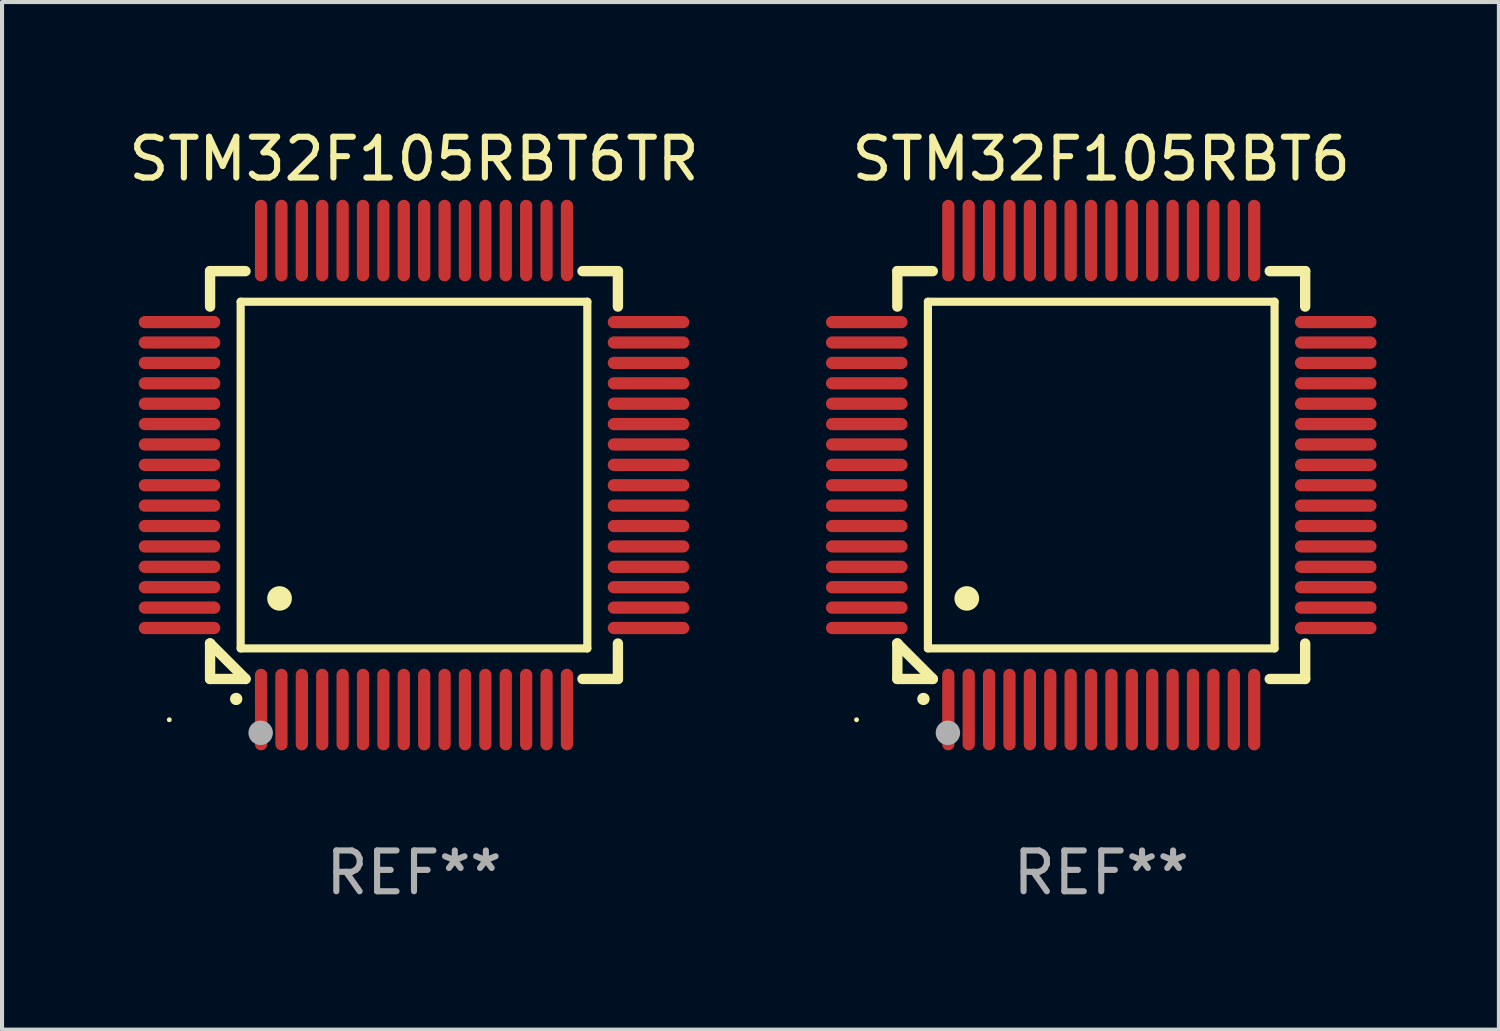
<source format=kicad_pcb>
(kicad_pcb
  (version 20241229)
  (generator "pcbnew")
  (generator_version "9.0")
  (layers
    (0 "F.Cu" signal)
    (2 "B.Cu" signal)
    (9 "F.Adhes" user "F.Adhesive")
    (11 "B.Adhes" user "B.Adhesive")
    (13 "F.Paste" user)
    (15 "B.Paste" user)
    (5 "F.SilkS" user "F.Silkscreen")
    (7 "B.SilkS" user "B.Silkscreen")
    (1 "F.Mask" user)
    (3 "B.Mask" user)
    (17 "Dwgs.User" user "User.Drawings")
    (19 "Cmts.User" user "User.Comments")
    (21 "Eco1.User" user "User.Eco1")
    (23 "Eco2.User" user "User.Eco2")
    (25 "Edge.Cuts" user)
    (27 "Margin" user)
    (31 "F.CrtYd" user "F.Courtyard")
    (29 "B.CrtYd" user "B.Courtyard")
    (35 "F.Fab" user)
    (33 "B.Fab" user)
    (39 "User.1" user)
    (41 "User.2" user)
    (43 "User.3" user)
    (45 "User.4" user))
  (footprint "STM32F105RBT6"
    (layer "F.Cu")
    (at 23.952 8.598)
    (property "Reference" "STM32F105RBT6" (at 0 -7.75 0) (layer "F.SilkS") (effects (font (size 1 1) (thickness 0.15))))
    (attr through_hole)
    (fp_line (start -5 -5) (end -4.131 -5) (stroke (width 0.254) (type solid)) (layer "F.SilkS"))
    (fp_line (start -5 -4.131) (end -5 -5) (stroke (width 0.254) (type solid)) (layer "F.SilkS"))
    (fp_line (start -5 4.131) (end -5 4.131) (stroke (width 0.254) (type solid)) (layer "F.SilkS"))
    (fp_line (start -5 5) (end -5 4.131) (stroke (width 0.254) (type solid)) (layer "F.SilkS"))
    (fp_line (start -5 4.131) (end -4.131 5) (stroke (width 0.254) (type solid)) (layer "F.SilkS"))
    (fp_line (start -4.25 -4.25) (end -4.25 4.25) (stroke (width 0.2) (type solid)) (layer "F.SilkS"))
    (fp_line (start -4.25 4.25) (end 4.25 4.25) (stroke (width 0.2) (type solid)) (layer "F.SilkS"))
    (fp_line (start -4.131 5) (end -5 5) (stroke (width 0.254) (type solid)) (layer "F.SilkS"))
    (fp_line (start 4.25 -4.25) (end -4.25 -4.25) (stroke (width 0.2) (type solid)) (layer "F.SilkS"))
    (fp_line (start 4.25 4.25) (end 4.25 -4.25) (stroke (width 0.2) (type solid)) (layer "F.SilkS"))
    (fp_line (start 5 -5) (end 4.131 -5) (stroke (width 0.254) (type solid)) (layer "F.SilkS"))
    (fp_line (start 5 -5) (end 5 -4.131) (stroke (width 0.254) (type solid)) (layer "F.SilkS"))
    (fp_line (start 5 4.131) (end 5 5) (stroke (width 0.254) (type solid)) (layer "F.SilkS"))
    (fp_line (start 5 5) (end 4.131 5) (stroke (width 0.254) (type solid)) (layer "F.SilkS"))
    (fp_arc (start -4.361265 5.489992) (mid -4.359995 5.489987) (end -4.358725 5.489992) (stroke (width 0.3) (type solid)) (layer "F.SilkS"))
    (fp_arc (start -3.299467 3.025146) (mid -3.296927 3.025135) (end -3.294387 3.025146) (stroke (width 0.6) (type solid)) (layer "F.SilkS"))
    (fp_circle (center -6 6) (end -5.97 6) (stroke (width 0.06) (type solid)) (fill no) (layer "F.SilkS"))
    (fp_circle (center -3.76 6.32) (end -3.61 6.32) (stroke (width 0.3) (type solid)) (fill no) (layer "F.Fab"))
    (fp_text user "REF**" (at 0 9.75 0) (layer "F.Fab") (effects (font (size 1 1) (thickness 0.15))))
    (pad "1" smd oval (at -3.75 5.75) (size 0.3 2) (layers "F.Cu" "F.Mask" "F.Paste"))
    (pad "2" smd oval (at -3.25 5.75) (size 0.3 2) (layers "F.Cu" "F.Mask" "F.Paste"))
    (pad "3" smd oval (at -2.75 5.75) (size 0.3 2) (layers "F.Cu" "F.Mask" "F.Paste"))
    (pad "4" smd oval (at -2.25 5.75) (size 0.3 2) (layers "F.Cu" "F.Mask" "F.Paste"))
    (pad "5" smd oval (at -1.75 5.75) (size 0.3 2) (layers "F.Cu" "F.Mask" "F.Paste"))
    (pad "6" smd oval (at -1.25 5.75) (size 0.3 2) (layers "F.Cu" "F.Mask" "F.Paste"))
    (pad "7" smd oval (at -0.75 5.75) (size 0.3 2) (layers "F.Cu" "F.Mask" "F.Paste"))
    (pad "8" smd oval (at -0.25 5.75) (size 0.3 2) (layers "F.Cu" "F.Mask" "F.Paste"))
    (pad "9" smd oval (at 0.25 5.75) (size 0.3 2) (layers "F.Cu" "F.Mask" "F.Paste"))
    (pad "10" smd oval (at 0.75 5.75) (size 0.3 2) (layers "F.Cu" "F.Mask" "F.Paste"))
    (pad "11" smd oval (at 1.25 5.75) (size 0.3 2) (layers "F.Cu" "F.Mask" "F.Paste"))
    (pad "12" smd oval (at 1.75 5.75) (size 0.3 2) (layers "F.Cu" "F.Mask" "F.Paste"))
    (pad "13" smd oval (at 2.25 5.75) (size 0.3 2) (layers "F.Cu" "F.Mask" "F.Paste"))
    (pad "14" smd oval (at 2.75 5.75) (size 0.3 2) (layers "F.Cu" "F.Mask" "F.Paste"))
    (pad "15" smd oval (at 3.25 5.75) (size 0.3 2) (layers "F.Cu" "F.Mask" "F.Paste"))
    (pad "16" smd oval (at 3.75 5.75) (size 0.3 2) (layers "F.Cu" "F.Mask" "F.Paste"))
    (pad "17" smd oval (at 5.75 3.75) (size 2 0.3) (layers "F.Cu" "F.Mask" "F.Paste"))
    (pad "18" smd oval (at 5.75 3.25) (size 2 0.3) (layers "F.Cu" "F.Mask" "F.Paste"))
    (pad "19" smd oval (at 5.75 2.75) (size 2 0.3) (layers "F.Cu" "F.Mask" "F.Paste"))
    (pad "20" smd oval (at 5.75 2.25) (size 2 0.3) (layers "F.Cu" "F.Mask" "F.Paste"))
    (pad "21" smd oval (at 5.75 1.75) (size 2 0.3) (layers "F.Cu" "F.Mask" "F.Paste"))
    (pad "22" smd oval (at 5.75 1.25) (size 2 0.3) (layers "F.Cu" "F.Mask" "F.Paste"))
    (pad "23" smd oval (at 5.75 0.75) (size 2 0.3) (layers "F.Cu" "F.Mask" "F.Paste"))
    (pad "24" smd oval (at 5.75 0.25) (size 2 0.3) (layers "F.Cu" "F.Mask" "F.Paste"))
    (pad "25" smd oval (at 5.75 -0.25) (size 2 0.3) (layers "F.Cu" "F.Mask" "F.Paste"))
    (pad "26" smd oval (at 5.75 -0.75) (size 2 0.3) (layers "F.Cu" "F.Mask" "F.Paste"))
    (pad "27" smd oval (at 5.75 -1.25) (size 2 0.3) (layers "F.Cu" "F.Mask" "F.Paste"))
    (pad "28" smd oval (at 5.75 -1.75) (size 2 0.3) (layers "F.Cu" "F.Mask" "F.Paste"))
    (pad "29" smd oval (at 5.75 -2.25) (size 2 0.3) (layers "F.Cu" "F.Mask" "F.Paste"))
    (pad "30" smd oval (at 5.75 -2.75) (size 2 0.3) (layers "F.Cu" "F.Mask" "F.Paste"))
    (pad "31" smd oval (at 5.75 -3.25) (size 2 0.3) (layers "F.Cu" "F.Mask" "F.Paste"))
    (pad "32" smd oval (at 5.75 -3.75) (size 2 0.3) (layers "F.Cu" "F.Mask" "F.Paste"))
    (pad "33" smd oval (at 3.75 -5.75) (size 0.3 2) (layers "F.Cu" "F.Mask" "F.Paste"))
    (pad "34" smd oval (at 3.25 -5.75) (size 0.3 2) (layers "F.Cu" "F.Mask" "F.Paste"))
    (pad "35" smd oval (at 2.75 -5.75) (size 0.3 2) (layers "F.Cu" "F.Mask" "F.Paste"))
    (pad "36" smd oval (at 2.25 -5.75) (size 0.3 2) (layers "F.Cu" "F.Mask" "F.Paste"))
    (pad "37" smd oval (at 1.75 -5.75) (size 0.3 2) (layers "F.Cu" "F.Mask" "F.Paste"))
    (pad "38" smd oval (at 1.25 -5.75) (size 0.3 2) (layers "F.Cu" "F.Mask" "F.Paste"))
    (pad "39" smd oval (at 0.75 -5.75) (size 0.3 2) (layers "F.Cu" "F.Mask" "F.Paste"))
    (pad "40" smd oval (at 0.25 -5.75) (size 0.3 2) (layers "F.Cu" "F.Mask" "F.Paste"))
    (pad "41" smd oval (at -0.25 -5.75) (size 0.3 2) (layers "F.Cu" "F.Mask" "F.Paste"))
    (pad "42" smd oval (at -0.75 -5.75) (size 0.3 2) (layers "F.Cu" "F.Mask" "F.Paste"))
    (pad "43" smd oval (at -1.25 -5.75) (size 0.3 2) (layers "F.Cu" "F.Mask" "F.Paste"))
    (pad "44" smd oval (at -1.75 -5.75) (size 0.3 2) (layers "F.Cu" "F.Mask" "F.Paste"))
    (pad "45" smd oval (at -2.25 -5.75) (size 0.3 2) (layers "F.Cu" "F.Mask" "F.Paste"))
    (pad "46" smd oval (at -2.75 -5.75) (size 0.3 2) (layers "F.Cu" "F.Mask" "F.Paste"))
    (pad "47" smd oval (at -3.25 -5.75) (size 0.3 2) (layers "F.Cu" "F.Mask" "F.Paste"))
    (pad "48" smd oval (at -3.75 -5.75) (size 0.3 2) (layers "F.Cu" "F.Mask" "F.Paste"))
    (pad "49" smd oval (at -5.75 -3.75) (size 2 0.3) (layers "F.Cu" "F.Mask" "F.Paste"))
    (pad "50" smd oval (at -5.75 -3.25) (size 2 0.3) (layers "F.Cu" "F.Mask" "F.Paste"))
    (pad "51" smd oval (at -5.75 -2.75) (size 2 0.3) (layers "F.Cu" "F.Mask" "F.Paste"))
    (pad "52" smd oval (at -5.75 -2.25) (size 2 0.3) (layers "F.Cu" "F.Mask" "F.Paste"))
    (pad "53" smd oval (at -5.75 -1.75) (size 2 0.3) (layers "F.Cu" "F.Mask" "F.Paste"))
    (pad "54" smd oval (at -5.75 -1.25) (size 2 0.3) (layers "F.Cu" "F.Mask" "F.Paste"))
    (pad "55" smd oval (at -5.75 -0.75) (size 2 0.3) (layers "F.Cu" "F.Mask" "F.Paste"))
    (pad "56" smd oval (at -5.75 -0.25) (size 2 0.3) (layers "F.Cu" "F.Mask" "F.Paste"))
    (pad "57" smd oval (at -5.75 0.25) (size 2 0.3) (layers "F.Cu" "F.Mask" "F.Paste"))
    (pad "58" smd oval (at -5.75 0.75) (size 2 0.3) (layers "F.Cu" "F.Mask" "F.Paste"))
    (pad "59" smd oval (at -5.75 1.25) (size 2 0.3) (layers "F.Cu" "F.Mask" "F.Paste"))
    (pad "60" smd oval (at -5.75 1.75) (size 2 0.3) (layers "F.Cu" "F.Mask" "F.Paste"))
    (pad "61" smd oval (at -5.75 2.25) (size 2 0.3) (layers "F.Cu" "F.Mask" "F.Paste"))
    (pad "62" smd oval (at -5.75 2.75) (size 2 0.3) (layers "F.Cu" "F.Mask" "F.Paste"))
    (pad "63" smd oval (at -5.75 3.25) (size 2 0.3) (layers "F.Cu" "F.Mask" "F.Paste"))
    (pad "64" smd oval (at -5.75 3.75) (size 2 0.3) (layers "F.Cu" "F.Mask" "F.Paste")))
  (footprint "STM32F105RBT6TR"
    (layer "F.Cu")
    (at 7.101 8.598)
    (property "Reference" "STM32F105RBT6TR" (at 0 -7.75 0) (layer "F.SilkS") (effects (font (size 1 1) (thickness 0.15))))
    (attr through_hole)
    (fp_line (start -5 -5) (end -4.131 -5) (stroke (width 0.254) (type solid)) (layer "F.SilkS"))
    (fp_line (start -5 -4.131) (end -5 -5) (stroke (width 0.254) (type solid)) (layer "F.SilkS"))
    (fp_line (start -5 4.131) (end -5 4.131) (stroke (width 0.254) (type solid)) (layer "F.SilkS"))
    (fp_line (start -5 5) (end -5 4.131) (stroke (width 0.254) (type solid)) (layer "F.SilkS"))
    (fp_line (start -5 4.131) (end -4.131 5) (stroke (width 0.254) (type solid)) (layer "F.SilkS"))
    (fp_line (start -4.25 -4.25) (end -4.25 4.25) (stroke (width 0.2) (type solid)) (layer "F.SilkS"))
    (fp_line (start -4.25 4.25) (end 4.25 4.25) (stroke (width 0.2) (type solid)) (layer "F.SilkS"))
    (fp_line (start -4.131 5) (end -5 5) (stroke (width 0.254) (type solid)) (layer "F.SilkS"))
    (fp_line (start 4.25 -4.25) (end -4.25 -4.25) (stroke (width 0.2) (type solid)) (layer "F.SilkS"))
    (fp_line (start 4.25 4.25) (end 4.25 -4.25) (stroke (width 0.2) (type solid)) (layer "F.SilkS"))
    (fp_line (start 5 -5) (end 4.131 -5) (stroke (width 0.254) (type solid)) (layer "F.SilkS"))
    (fp_line (start 5 -5) (end 5 -4.131) (stroke (width 0.254) (type solid)) (layer "F.SilkS"))
    (fp_line (start 5 4.131) (end 5 5) (stroke (width 0.254) (type solid)) (layer "F.SilkS"))
    (fp_line (start 5 5) (end 4.131 5) (stroke (width 0.254) (type solid)) (layer "F.SilkS"))
    (fp_arc (start -4.361265 5.489992) (mid -4.359995 5.489987) (end -4.358725 5.489992) (stroke (width 0.3) (type solid)) (layer "F.SilkS"))
    (fp_arc (start -3.299467 3.025146) (mid -3.296927 3.025135) (end -3.294387 3.025146) (stroke (width 0.6) (type solid)) (layer "F.SilkS"))
    (fp_circle (center -6 6) (end -5.97 6) (stroke (width 0.06) (type solid)) (fill no) (layer "F.SilkS"))
    (fp_circle (center -3.76 6.32) (end -3.61 6.32) (stroke (width 0.3) (type solid)) (fill no) (layer "F.Fab"))
    (fp_text user "REF**" (at 0 9.75 0) (layer "F.Fab") (effects (font (size 1 1) (thickness 0.15))))
    (pad "1" smd oval (at -3.75 5.75) (size 0.3 2) (layers "F.Cu" "F.Mask" "F.Paste"))
    (pad "2" smd oval (at -3.25 5.75) (size 0.3 2) (layers "F.Cu" "F.Mask" "F.Paste"))
    (pad "3" smd oval (at -2.75 5.75) (size 0.3 2) (layers "F.Cu" "F.Mask" "F.Paste"))
    (pad "4" smd oval (at -2.25 5.75) (size 0.3 2) (layers "F.Cu" "F.Mask" "F.Paste"))
    (pad "5" smd oval (at -1.75 5.75) (size 0.3 2) (layers "F.Cu" "F.Mask" "F.Paste"))
    (pad "6" smd oval (at -1.25 5.75) (size 0.3 2) (layers "F.Cu" "F.Mask" "F.Paste"))
    (pad "7" smd oval (at -0.75 5.75) (size 0.3 2) (layers "F.Cu" "F.Mask" "F.Paste"))
    (pad "8" smd oval (at -0.25 5.75) (size 0.3 2) (layers "F.Cu" "F.Mask" "F.Paste"))
    (pad "9" smd oval (at 0.25 5.75) (size 0.3 2) (layers "F.Cu" "F.Mask" "F.Paste"))
    (pad "10" smd oval (at 0.75 5.75) (size 0.3 2) (layers "F.Cu" "F.Mask" "F.Paste"))
    (pad "11" smd oval (at 1.25 5.75) (size 0.3 2) (layers "F.Cu" "F.Mask" "F.Paste"))
    (pad "12" smd oval (at 1.75 5.75) (size 0.3 2) (layers "F.Cu" "F.Mask" "F.Paste"))
    (pad "13" smd oval (at 2.25 5.75) (size 0.3 2) (layers "F.Cu" "F.Mask" "F.Paste"))
    (pad "14" smd oval (at 2.75 5.75) (size 0.3 2) (layers "F.Cu" "F.Mask" "F.Paste"))
    (pad "15" smd oval (at 3.25 5.75) (size 0.3 2) (layers "F.Cu" "F.Mask" "F.Paste"))
    (pad "16" smd oval (at 3.75 5.75) (size 0.3 2) (layers "F.Cu" "F.Mask" "F.Paste"))
    (pad "17" smd oval (at 5.75 3.75) (size 2 0.3) (layers "F.Cu" "F.Mask" "F.Paste"))
    (pad "18" smd oval (at 5.75 3.25) (size 2 0.3) (layers "F.Cu" "F.Mask" "F.Paste"))
    (pad "19" smd oval (at 5.75 2.75) (size 2 0.3) (layers "F.Cu" "F.Mask" "F.Paste"))
    (pad "20" smd oval (at 5.75 2.25) (size 2 0.3) (layers "F.Cu" "F.Mask" "F.Paste"))
    (pad "21" smd oval (at 5.75 1.75) (size 2 0.3) (layers "F.Cu" "F.Mask" "F.Paste"))
    (pad "22" smd oval (at 5.75 1.25) (size 2 0.3) (layers "F.Cu" "F.Mask" "F.Paste"))
    (pad "23" smd oval (at 5.75 0.75) (size 2 0.3) (layers "F.Cu" "F.Mask" "F.Paste"))
    (pad "24" smd oval (at 5.75 0.25) (size 2 0.3) (layers "F.Cu" "F.Mask" "F.Paste"))
    (pad "25" smd oval (at 5.75 -0.25) (size 2 0.3) (layers "F.Cu" "F.Mask" "F.Paste"))
    (pad "26" smd oval (at 5.75 -0.75) (size 2 0.3) (layers "F.Cu" "F.Mask" "F.Paste"))
    (pad "27" smd oval (at 5.75 -1.25) (size 2 0.3) (layers "F.Cu" "F.Mask" "F.Paste"))
    (pad "28" smd oval (at 5.75 -1.75) (size 2 0.3) (layers "F.Cu" "F.Mask" "F.Paste"))
    (pad "29" smd oval (at 5.75 -2.25) (size 2 0.3) (layers "F.Cu" "F.Mask" "F.Paste"))
    (pad "30" smd oval (at 5.75 -2.75) (size 2 0.3) (layers "F.Cu" "F.Mask" "F.Paste"))
    (pad "31" smd oval (at 5.75 -3.25) (size 2 0.3) (layers "F.Cu" "F.Mask" "F.Paste"))
    (pad "32" smd oval (at 5.75 -3.75) (size 2 0.3) (layers "F.Cu" "F.Mask" "F.Paste"))
    (pad "33" smd oval (at 3.75 -5.75) (size 0.3 2) (layers "F.Cu" "F.Mask" "F.Paste"))
    (pad "34" smd oval (at 3.25 -5.75) (size 0.3 2) (layers "F.Cu" "F.Mask" "F.Paste"))
    (pad "35" smd oval (at 2.75 -5.75) (size 0.3 2) (layers "F.Cu" "F.Mask" "F.Paste"))
    (pad "36" smd oval (at 2.25 -5.75) (size 0.3 2) (layers "F.Cu" "F.Mask" "F.Paste"))
    (pad "37" smd oval (at 1.75 -5.75) (size 0.3 2) (layers "F.Cu" "F.Mask" "F.Paste"))
    (pad "38" smd oval (at 1.25 -5.75) (size 0.3 2) (layers "F.Cu" "F.Mask" "F.Paste"))
    (pad "39" smd oval (at 0.75 -5.75) (size 0.3 2) (layers "F.Cu" "F.Mask" "F.Paste"))
    (pad "40" smd oval (at 0.25 -5.75) (size 0.3 2) (layers "F.Cu" "F.Mask" "F.Paste"))
    (pad "41" smd oval (at -0.25 -5.75) (size 0.3 2) (layers "F.Cu" "F.Mask" "F.Paste"))
    (pad "42" smd oval (at -0.75 -5.75) (size 0.3 2) (layers "F.Cu" "F.Mask" "F.Paste"))
    (pad "43" smd oval (at -1.25 -5.75) (size 0.3 2) (layers "F.Cu" "F.Mask" "F.Paste"))
    (pad "44" smd oval (at -1.75 -5.75) (size 0.3 2) (layers "F.Cu" "F.Mask" "F.Paste"))
    (pad "45" smd oval (at -2.25 -5.75) (size 0.3 2) (layers "F.Cu" "F.Mask" "F.Paste"))
    (pad "46" smd oval (at -2.75 -5.75) (size 0.3 2) (layers "F.Cu" "F.Mask" "F.Paste"))
    (pad "47" smd oval (at -3.25 -5.75) (size 0.3 2) (layers "F.Cu" "F.Mask" "F.Paste"))
    (pad "48" smd oval (at -3.75 -5.75) (size 0.3 2) (layers "F.Cu" "F.Mask" "F.Paste"))
    (pad "49" smd oval (at -5.75 -3.75) (size 2 0.3) (layers "F.Cu" "F.Mask" "F.Paste"))
    (pad "50" smd oval (at -5.75 -3.25) (size 2 0.3) (layers "F.Cu" "F.Mask" "F.Paste"))
    (pad "51" smd oval (at -5.75 -2.75) (size 2 0.3) (layers "F.Cu" "F.Mask" "F.Paste"))
    (pad "52" smd oval (at -5.75 -2.25) (size 2 0.3) (layers "F.Cu" "F.Mask" "F.Paste"))
    (pad "53" smd oval (at -5.75 -1.75) (size 2 0.3) (layers "F.Cu" "F.Mask" "F.Paste"))
    (pad "54" smd oval (at -5.75 -1.25) (size 2 0.3) (layers "F.Cu" "F.Mask" "F.Paste"))
    (pad "55" smd oval (at -5.75 -0.75) (size 2 0.3) (layers "F.Cu" "F.Mask" "F.Paste"))
    (pad "56" smd oval (at -5.75 -0.25) (size 2 0.3) (layers "F.Cu" "F.Mask" "F.Paste"))
    (pad "57" smd oval (at -5.75 0.25) (size 2 0.3) (layers "F.Cu" "F.Mask" "F.Paste"))
    (pad "58" smd oval (at -5.75 0.75) (size 2 0.3) (layers "F.Cu" "F.Mask" "F.Paste"))
    (pad "59" smd oval (at -5.75 1.25) (size 2 0.3) (layers "F.Cu" "F.Mask" "F.Paste"))
    (pad "60" smd oval (at -5.75 1.75) (size 2 0.3) (layers "F.Cu" "F.Mask" "F.Paste"))
    (pad "61" smd oval (at -5.75 2.25) (size 2 0.3) (layers "F.Cu" "F.Mask" "F.Paste"))
    (pad "62" smd oval (at -5.75 2.75) (size 2 0.3) (layers "F.Cu" "F.Mask" "F.Paste"))
    (pad "63" smd oval (at -5.75 3.25) (size 2 0.3) (layers "F.Cu" "F.Mask" "F.Paste"))
    (pad "64" smd oval (at -5.75 3.75) (size 2 0.3) (layers "F.Cu" "F.Mask" "F.Paste")))
  (gr_rect
    (start -3 -3)
    (end 33.702 22.196)
    (stroke (width 0.1) (type default))
    (fill no)
    (layer "Edge.Cuts")))
</source>
